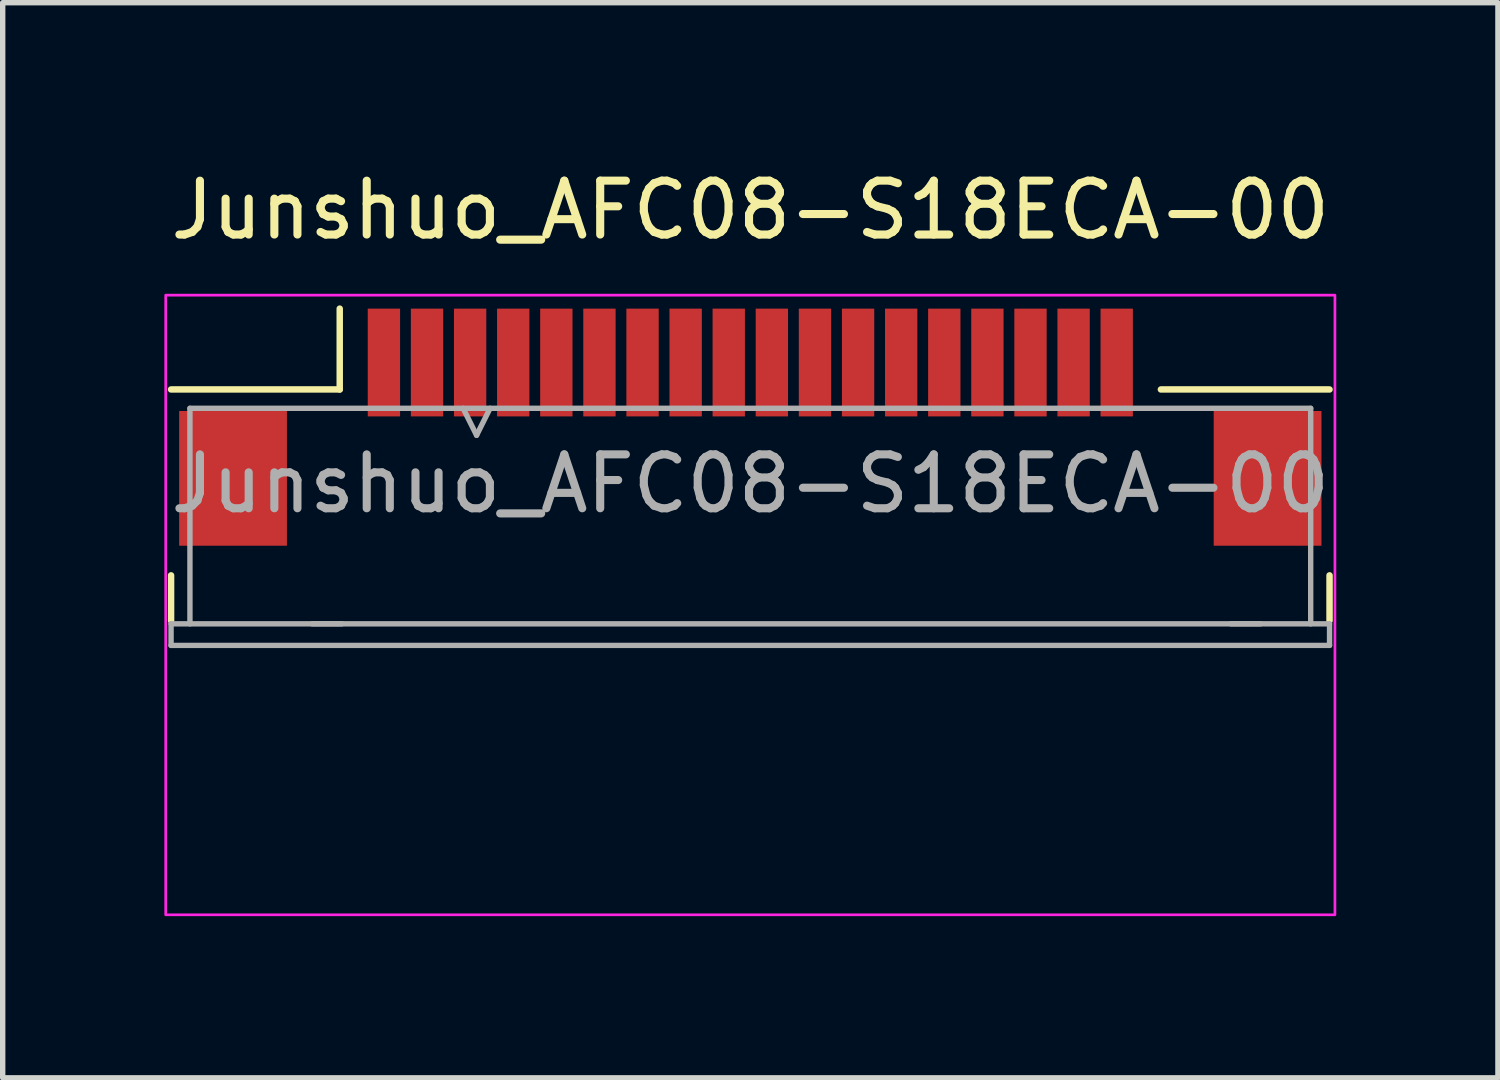
<source format=kicad_pcb>
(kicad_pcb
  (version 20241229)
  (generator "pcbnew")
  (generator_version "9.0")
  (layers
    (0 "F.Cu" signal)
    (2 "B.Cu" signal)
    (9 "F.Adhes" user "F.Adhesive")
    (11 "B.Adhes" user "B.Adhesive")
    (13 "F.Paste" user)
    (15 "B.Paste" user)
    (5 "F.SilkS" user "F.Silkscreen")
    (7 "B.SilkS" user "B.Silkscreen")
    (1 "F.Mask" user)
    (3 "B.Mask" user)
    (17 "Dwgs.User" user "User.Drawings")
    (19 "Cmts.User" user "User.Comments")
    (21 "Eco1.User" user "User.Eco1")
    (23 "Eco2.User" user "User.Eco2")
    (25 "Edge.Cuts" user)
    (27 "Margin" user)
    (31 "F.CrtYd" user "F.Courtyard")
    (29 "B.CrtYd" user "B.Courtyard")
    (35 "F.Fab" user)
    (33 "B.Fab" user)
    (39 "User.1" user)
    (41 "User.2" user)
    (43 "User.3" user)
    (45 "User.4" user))
  (footprint "Junshuo_AFC08-S18ECA-00"
    (layer "F.Cu")
    (at 10.875 5.928)
    (property "Reference" "Junshuo_AFC08-S18ECA-00" (at 0 -5.08 0) (unlocked yes) (layer "F.SilkS") (effects (font (size 1 1) (thickness 0.15))))
    (attr smd)
    (fp_line (start -10.75 -1.75) (end -7.62 -1.75) (stroke (width 0.12) (type solid)) (layer "F.SilkS"))
    (fp_line (start -10.75 1.7) (end -10.75 2.54) (stroke (width 0.12) (type solid)) (layer "F.SilkS"))
    (fp_line (start -7.62 -3.25) (end -7.62 -1.75) (stroke (width 0.12) (type solid)) (layer "F.SilkS"))
    (fp_line (start 7.62 -1.75) (end 10.75 -1.75) (stroke (width 0.12) (type solid)) (layer "F.SilkS"))
    (fp_line (start 10.75 2.54) (end 10.75 1.7) (stroke (width 0.12) (type solid)) (layer "F.SilkS"))
    (fp_rect (start -10.85 -3.5) (end 10.85 8) (stroke (width 0.05) (type solid)) (fill no) (layer "F.CrtYd"))
    (fp_line (start -10.75 3) (end -10.75 2.6) (stroke (width 0.1) (type solid)) (layer "F.Fab"))
    (fp_line (start -10.75 3) (end 10.75 3) (stroke (width 0.1) (type solid)) (layer "F.Fab"))
    (fp_line (start -10.4 -1.4) (end 10.4 -1.4) (stroke (width 0.1) (type solid)) (layer "F.Fab"))
    (fp_line (start -10.4 2.6) (end -10.4 -1.4) (stroke (width 0.1) (type solid)) (layer "F.Fab"))
    (fp_line (start -7.58 2.6) (end -8.13 2.6) (stroke (width 0.1) (type solid)) (layer "F.Fab"))
    (fp_line (start -5.33 -1.4) (end -5.08 -0.9) (stroke (width 0.1) (type solid)) (layer "F.Fab"))
    (fp_line (start -5.08 -0.9) (end -4.83 -1.4) (stroke (width 0.1) (type solid)) (layer "F.Fab"))
    (fp_line (start 9.47 2.6) (end 8.92 2.6) (stroke (width 0.1) (type solid)) (layer "F.Fab"))
    (fp_line (start 10.4 2.6) (end 10.4 -1.4) (stroke (width 0.1) (type solid)) (layer "F.Fab"))
    (fp_line (start 10.75 2.6) (end -10.75 2.6) (stroke (width 0.1) (type solid)) (layer "F.Fab"))
    (fp_line (start 10.75 3) (end 10.75 2.6) (stroke (width 0.1) (type solid)) (layer "F.Fab"))
    (fp_text user "${REFERENCE}" (at 0 0 0) (unlocked yes) (layer "F.Fab") (effects (font (size 1 1) (thickness 0.15))))
    (pad "1" smd rect (at -6.8 -2.25 180) (size 0.6 2) (layers "F.Cu" "F.Mask" "F.Paste"))
    (pad "2" smd rect (at -6 -2.25 180) (size 0.6 2) (layers "F.Cu" "F.Mask" "F.Paste"))
    (pad "3" smd rect (at -5.2 -2.25 180) (size 0.6 2) (layers "F.Cu" "F.Mask" "F.Paste"))
    (pad "4" smd rect (at -4.4 -2.25 180) (size 0.6 2) (layers "F.Cu" "F.Mask" "F.Paste"))
    (pad "5" smd rect (at -3.6 -2.25 180) (size 0.6 2) (layers "F.Cu" "F.Mask" "F.Paste"))
    (pad "6" smd rect (at -2.8 -2.25 180) (size 0.6 2) (layers "F.Cu" "F.Mask" "F.Paste"))
    (pad "7" smd rect (at -2 -2.25 180) (size 0.6 2) (layers "F.Cu" "F.Mask" "F.Paste"))
    (pad "8" smd rect (at -1.2 -2.25 180) (size 0.6 2) (layers "F.Cu" "F.Mask" "F.Paste"))
    (pad "9" smd rect (at -0.4 -2.25 180) (size 0.6 2) (layers "F.Cu" "F.Mask" "F.Paste"))
    (pad "10" smd rect (at 0.4 -2.25 180) (size 0.6 2) (layers "F.Cu" "F.Mask" "F.Paste"))
    (pad "11" smd rect (at 1.2 -2.25 180) (size 0.6 2) (layers "F.Cu" "F.Mask" "F.Paste"))
    (pad "12" smd rect (at 2 -2.25 180) (size 0.6 2) (layers "F.Cu" "F.Mask" "F.Paste"))
    (pad "13" smd rect (at 2.8 -2.25 180) (size 0.6 2) (layers "F.Cu" "F.Mask" "F.Paste"))
    (pad "14" smd rect (at 3.6 -2.25 180) (size 0.6 2) (layers "F.Cu" "F.Mask" "F.Paste"))
    (pad "15" smd rect (at 4.4 -2.25 180) (size 0.6 2) (layers "F.Cu" "F.Mask" "F.Paste"))
    (pad "16" smd rect (at 5.2 -2.25 180) (size 0.6 2) (layers "F.Cu" "F.Mask" "F.Paste"))
    (pad "17" smd rect (at 6 -2.25 180) (size 0.6 2) (layers "F.Cu" "F.Mask" "F.Paste"))
    (pad "18" smd rect (at 6.8 -2.25 180) (size 0.6 2) (layers "F.Cu" "F.Mask" "F.Paste"))
    (pad "MP" smd rect (at -9.6 -0.1 180) (size 2 2.5) (layers "F.Cu" "F.Mask" "F.Paste"))
    (pad "MP" smd rect (at 9.6 -0.1 180) (size 2 2.5) (layers "F.Cu" "F.Mask" "F.Paste")))
  (gr_rect
    (start -3 -3)
    (end 24.75 16.953)
    (stroke (width 0.1) (type default))
    (fill no)
    (layer "Edge.Cuts")))
</source>
